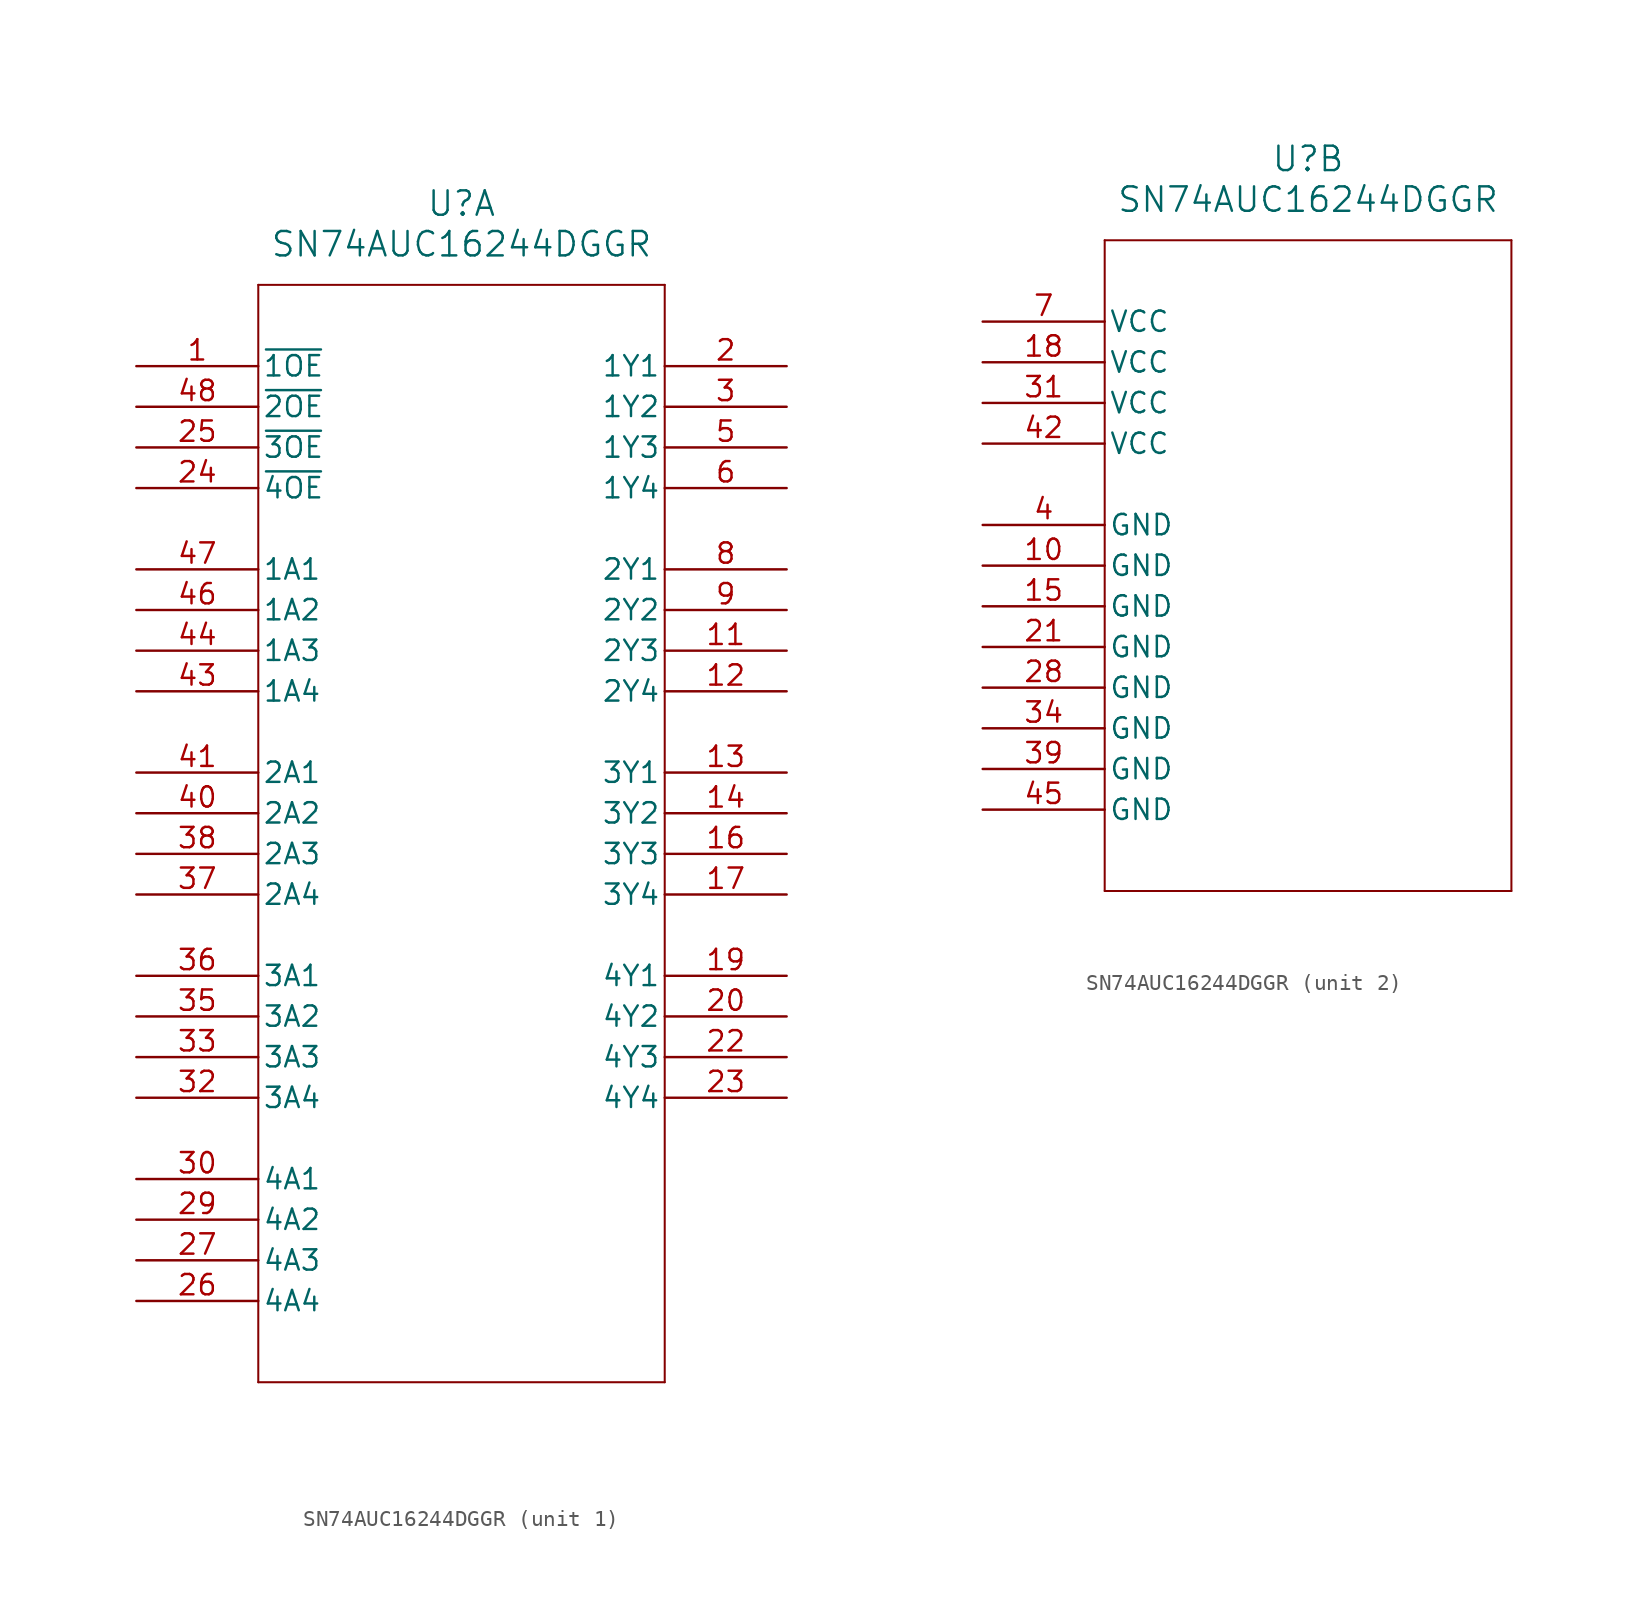
<source format=kicad_sym>
(kicad_symbol_lib
  (version 20231120)
  (generator "kicad_symbol_editor")
  (generator_version "8.0")
  (symbol "SN74AUC16244DGGR"
    (pin_names
      (offset 0.254))
    (property "Reference" "U"
      (at 20.32 10.16 0)
      (effects (font (size 1.524 1.524))))
    (property "Value" "SN74AUC16244DGGR"
      (at 20.32 7.62 0)
      (effects (font (size 1.524 1.524))))
    (property "ki_locked" ""
      (at 0 0 0)
      (effects (font (size 1.27 1.27))))
    (symbol "SN74AUC16244DGGR_1_1"
      (polyline (pts (xy 7.62 -63.5) (xy 33.02 -63.5)) (stroke (width 0.127) (type default)) (fill (type none)))
      (polyline (pts (xy 7.62 5.08) (xy 7.62 -63.5)) (stroke (width 0.127) (type default)) (fill (type none)))
      (polyline (pts (xy 33.02 -63.5) (xy 33.02 5.08)) (stroke (width 0.127) (type default)) (fill (type none)))
      (polyline (pts (xy 33.02 5.08) (xy 7.62 5.08)) (stroke (width 0.127) (type default)) (fill (type none)))
      (pin input line (at 0 0 0) (length 7.62) (name "~{1OE}" (effects (font (size 1.27 1.27)))) (number "1" (effects (font (size 1.27 1.27)))))
      (pin output line (at 40.64 -17.78 180) (length 7.62) (name "2Y3" (effects (font (size 1.27 1.27)))) (number "11" (effects (font (size 1.27 1.27)))))
      (pin output line (at 40.64 -20.32 180) (length 7.62) (name "2Y4" (effects (font (size 1.27 1.27)))) (number "12" (effects (font (size 1.27 1.27)))))
      (pin output line (at 40.64 -25.4 180) (length 7.62) (name "3Y1" (effects (font (size 1.27 1.27)))) (number "13" (effects (font (size 1.27 1.27)))))
      (pin output line (at 40.64 -27.94 180) (length 7.62) (name "3Y2" (effects (font (size 1.27 1.27)))) (number "14" (effects (font (size 1.27 1.27)))))
      (pin output line (at 40.64 -30.48 180) (length 7.62) (name "3Y3" (effects (font (size 1.27 1.27)))) (number "16" (effects (font (size 1.27 1.27)))))
      (pin output line (at 40.64 -33.02 180) (length 7.62) (name "3Y4" (effects (font (size 1.27 1.27)))) (number "17" (effects (font (size 1.27 1.27)))))
      (pin output line (at 40.64 -38.1 180) (length 7.62) (name "4Y1" (effects (font (size 1.27 1.27)))) (number "19" (effects (font (size 1.27 1.27)))))
      (pin output line (at 40.64 0 180) (length 7.62) (name "1Y1" (effects (font (size 1.27 1.27)))) (number "2" (effects (font (size 1.27 1.27)))))
      (pin output line (at 40.64 -40.64 180) (length 7.62) (name "4Y2" (effects (font (size 1.27 1.27)))) (number "20" (effects (font (size 1.27 1.27)))))
      (pin output line (at 40.64 -43.18 180) (length 7.62) (name "4Y3" (effects (font (size 1.27 1.27)))) (number "22" (effects (font (size 1.27 1.27)))))
      (pin output line (at 40.64 -45.72 180) (length 7.62) (name "4Y4" (effects (font (size 1.27 1.27)))) (number "23" (effects (font (size 1.27 1.27)))))
      (pin input line (at 0 -7.62 0) (length 7.62) (name "~{4OE}" (effects (font (size 1.27 1.27)))) (number "24" (effects (font (size 1.27 1.27)))))
      (pin input line (at 0 -5.08 0) (length 7.62) (name "~{3OE}" (effects (font (size 1.27 1.27)))) (number "25" (effects (font (size 1.27 1.27)))))
      (pin input line (at 0 -58.42 0) (length 7.62) (name "4A4" (effects (font (size 1.27 1.27)))) (number "26" (effects (font (size 1.27 1.27)))))
      (pin input line (at 0 -55.88 0) (length 7.62) (name "4A3" (effects (font (size 1.27 1.27)))) (number "27" (effects (font (size 1.27 1.27)))))
      (pin input line (at 0 -53.34 0) (length 7.62) (name "4A2" (effects (font (size 1.27 1.27)))) (number "29" (effects (font (size 1.27 1.27)))))
      (pin output line (at 40.64 -2.54 180) (length 7.62) (name "1Y2" (effects (font (size 1.27 1.27)))) (number "3" (effects (font (size 1.27 1.27)))))
      (pin input line (at 0 -50.8 0) (length 7.62) (name "4A1" (effects (font (size 1.27 1.27)))) (number "30" (effects (font (size 1.27 1.27)))))
      (pin input line (at 0 -45.72 0) (length 7.62) (name "3A4" (effects (font (size 1.27 1.27)))) (number "32" (effects (font (size 1.27 1.27)))))
      (pin input line (at 0 -43.18 0) (length 7.62) (name "3A3" (effects (font (size 1.27 1.27)))) (number "33" (effects (font (size 1.27 1.27)))))
      (pin input line (at 0 -40.64 0) (length 7.62) (name "3A2" (effects (font (size 1.27 1.27)))) (number "35" (effects (font (size 1.27 1.27)))))
      (pin input line (at 0 -38.1 0) (length 7.62) (name "3A1" (effects (font (size 1.27 1.27)))) (number "36" (effects (font (size 1.27 1.27)))))
      (pin input line (at 0 -33.02 0) (length 7.62) (name "2A4" (effects (font (size 1.27 1.27)))) (number "37" (effects (font (size 1.27 1.27)))))
      (pin input line (at 0 -30.48 0) (length 7.62) (name "2A3" (effects (font (size 1.27 1.27)))) (number "38" (effects (font (size 1.27 1.27)))))
      (pin input line (at 0 -27.94 0) (length 7.62) (name "2A2" (effects (font (size 1.27 1.27)))) (number "40" (effects (font (size 1.27 1.27)))))
      (pin input line (at 0 -25.4 0) (length 7.62) (name "2A1" (effects (font (size 1.27 1.27)))) (number "41" (effects (font (size 1.27 1.27)))))
      (pin input line (at 0 -20.32 0) (length 7.62) (name "1A4" (effects (font (size 1.27 1.27)))) (number "43" (effects (font (size 1.27 1.27)))))
      (pin input line (at 0 -17.78 0) (length 7.62) (name "1A3" (effects (font (size 1.27 1.27)))) (number "44" (effects (font (size 1.27 1.27)))))
      (pin input line (at 0 -15.24 0) (length 7.62) (name "1A2" (effects (font (size 1.27 1.27)))) (number "46" (effects (font (size 1.27 1.27)))))
      (pin input line (at 0 -12.7 0) (length 7.62) (name "1A1" (effects (font (size 1.27 1.27)))) (number "47" (effects (font (size 1.27 1.27)))))
      (pin input line (at 0 -2.54 0) (length 7.62) (name "~{2OE}" (effects (font (size 1.27 1.27)))) (number "48" (effects (font (size 1.27 1.27)))))
      (pin output line (at 40.64 -5.08 180) (length 7.62) (name "1Y3" (effects (font (size 1.27 1.27)))) (number "5" (effects (font (size 1.27 1.27)))))
      (pin output line (at 40.64 -7.62 180) (length 7.62) (name "1Y4" (effects (font (size 1.27 1.27)))) (number "6" (effects (font (size 1.27 1.27)))))
      (pin output line (at 40.64 -12.7 180) (length 7.62) (name "2Y1" (effects (font (size 1.27 1.27)))) (number "8" (effects (font (size 1.27 1.27)))))
      (pin output line (at 40.64 -15.24 180) (length 7.62) (name "2Y2" (effects (font (size 1.27 1.27)))) (number "9" (effects (font (size 1.27 1.27))))))
    (symbol "SN74AUC16244DGGR_2_1"
      (polyline (pts (xy 7.62 -35.56) (xy 33.02 -35.56)) (stroke (width 0.127) (type default)) (fill (type none)))
      (polyline (pts (xy 7.62 5.08) (xy 7.62 -35.56)) (stroke (width 0.127) (type default)) (fill (type none)))
      (polyline (pts (xy 33.02 -35.56) (xy 33.02 5.08)) (stroke (width 0.127) (type default)) (fill (type none)))
      (polyline (pts (xy 33.02 5.08) (xy 7.62 5.08)) (stroke (width 0.127) (type default)) (fill (type none)))
      (pin power_in line (at 0 -15.24 0) (length 7.62) (name "GND" (effects (font (size 1.27 1.27)))) (number "10" (effects (font (size 1.27 1.27)))))
      (pin power_in line (at 0 -17.78 0) (length 7.62) (name "GND" (effects (font (size 1.27 1.27)))) (number "15" (effects (font (size 1.27 1.27)))))
      (pin power_in line (at 0 -2.54 0) (length 7.62) (name "VCC" (effects (font (size 1.27 1.27)))) (number "18" (effects (font (size 1.27 1.27)))))
      (pin power_in line (at 0 -20.32 0) (length 7.62) (name "GND" (effects (font (size 1.27 1.27)))) (number "21" (effects (font (size 1.27 1.27)))))
      (pin power_in line (at 0 -22.86 0) (length 7.62) (name "GND" (effects (font (size 1.27 1.27)))) (number "28" (effects (font (size 1.27 1.27)))))
      (pin power_in line (at 0 -5.08 0) (length 7.62) (name "VCC" (effects (font (size 1.27 1.27)))) (number "31" (effects (font (size 1.27 1.27)))))
      (pin power_in line (at 0 -25.4 0) (length 7.62) (name "GND" (effects (font (size 1.27 1.27)))) (number "34" (effects (font (size 1.27 1.27)))))
      (pin power_in line (at 0 -27.94 0) (length 7.62) (name "GND" (effects (font (size 1.27 1.27)))) (number "39" (effects (font (size 1.27 1.27)))))
      (pin power_in line (at 0 -12.7 0) (length 7.62) (name "GND" (effects (font (size 1.27 1.27)))) (number "4" (effects (font (size 1.27 1.27)))))
      (pin power_in line (at 0 -7.62 0) (length 7.62) (name "VCC" (effects (font (size 1.27 1.27)))) (number "42" (effects (font (size 1.27 1.27)))))
      (pin power_in line (at 0 -30.48 0) (length 7.62) (name "GND" (effects (font (size 1.27 1.27)))) (number "45" (effects (font (size 1.27 1.27)))))
      (pin power_in line (at 0 0 0) (length 7.62) (name "VCC" (effects (font (size 1.27 1.27)))) (number "7" (effects (font (size 1.27 1.27))))))))
</source>
